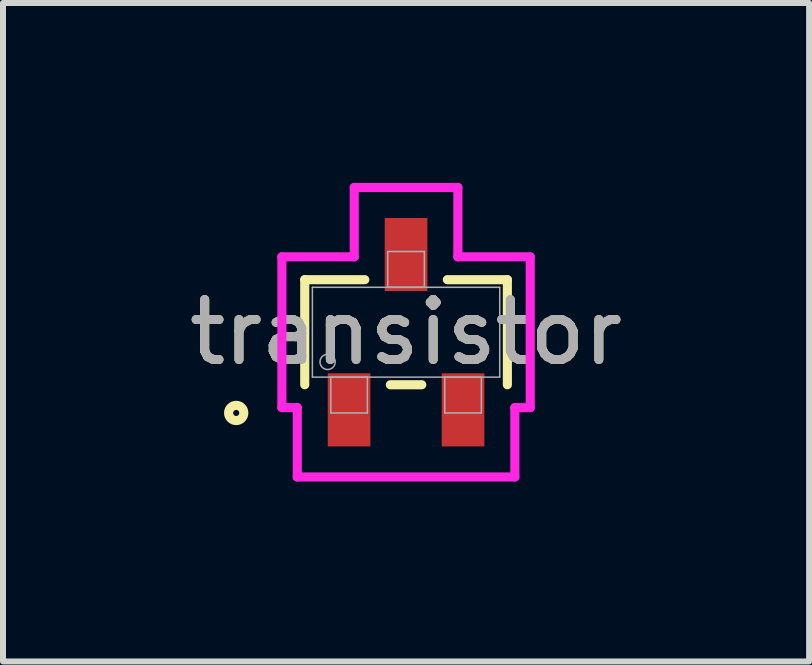
<source format=kicad_pcb>
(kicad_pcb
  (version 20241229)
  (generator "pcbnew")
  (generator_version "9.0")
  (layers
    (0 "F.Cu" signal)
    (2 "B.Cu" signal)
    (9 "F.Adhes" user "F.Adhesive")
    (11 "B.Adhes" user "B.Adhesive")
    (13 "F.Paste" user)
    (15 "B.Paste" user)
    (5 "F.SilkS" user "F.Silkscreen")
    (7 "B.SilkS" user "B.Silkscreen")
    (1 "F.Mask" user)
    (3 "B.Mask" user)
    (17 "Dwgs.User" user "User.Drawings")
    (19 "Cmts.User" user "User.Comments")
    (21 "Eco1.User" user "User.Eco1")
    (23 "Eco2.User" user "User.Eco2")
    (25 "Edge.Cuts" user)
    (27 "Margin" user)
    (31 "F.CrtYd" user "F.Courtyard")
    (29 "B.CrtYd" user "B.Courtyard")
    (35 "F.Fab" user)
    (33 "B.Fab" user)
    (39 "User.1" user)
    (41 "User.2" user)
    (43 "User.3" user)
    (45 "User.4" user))
  (footprint "transistor"
    (layer "F.Cu")
    (at 3.72 2.489)
    (property "Reference" "transistor" (at 0 0 0) (unlocked yes) (layer "F.SilkS") (effects (font (size 1 1) (thickness 0.15))))
    (attr smd)
    (fp_line (start -1.689 -0.876) (end -1.689 0.876) (stroke (width 0.152) (type solid)) (layer "F.SilkS"))
    (fp_line (start -0.688 -0.876) (end -1.689 -0.876) (stroke (width 0.152) (type solid)) (layer "F.SilkS"))
    (fp_line (start -0.262 0.876) (end 0.262 0.876) (stroke (width 0.152) (type solid)) (layer "F.SilkS"))
    (fp_line (start 1.689 -0.876) (end 0.688 -0.876) (stroke (width 0.152) (type solid)) (layer "F.SilkS"))
    (fp_line (start 1.689 0.876) (end 1.689 -0.876) (stroke (width 0.152) (type solid)) (layer "F.SilkS"))
    (fp_circle (center -2.832 1.346) (end -2.705 1.346) (stroke (width 0.152) (type solid)) (fill no) (layer "F.SilkS"))
    (fp_line (start -2.07 -1.257) (end -0.864 -1.257) (stroke (width 0.152) (type solid)) (layer "F.CrtYd"))
    (fp_line (start -2.07 1.257) (end -2.07 -1.257) (stroke (width 0.152) (type solid)) (layer "F.CrtYd"))
    (fp_line (start -2.07 1.257) (end -1.814 1.257) (stroke (width 0.152) (type solid)) (layer "F.CrtYd"))
    (fp_line (start -1.814 1.257) (end -1.814 2.413) (stroke (width 0.152) (type solid)) (layer "F.CrtYd"))
    (fp_line (start -1.814 2.413) (end 1.814 2.413) (stroke (width 0.152) (type solid)) (layer "F.CrtYd"))
    (fp_line (start -0.864 -2.413) (end 0.864 -2.413) (stroke (width 0.152) (type solid)) (layer "F.CrtYd"))
    (fp_line (start -0.864 -1.257) (end -0.864 -2.413) (stroke (width 0.152) (type solid)) (layer "F.CrtYd"))
    (fp_line (start 0.864 -1.257) (end 0.864 -2.413) (stroke (width 0.152) (type solid)) (layer "F.CrtYd"))
    (fp_line (start 1.814 1.257) (end 1.814 2.413) (stroke (width 0.152) (type solid)) (layer "F.CrtYd"))
    (fp_line (start 2.07 -1.257) (end 0.864 -1.257) (stroke (width 0.152) (type solid)) (layer "F.CrtYd"))
    (fp_line (start 2.07 -1.257) (end 2.07 1.257) (stroke (width 0.152) (type solid)) (layer "F.CrtYd"))
    (fp_line (start 2.07 1.257) (end 1.814 1.257) (stroke (width 0.152) (type solid)) (layer "F.CrtYd"))
    (fp_line (start -1.562 -0.749) (end -1.562 0.749) (stroke (width 0.025) (type solid)) (layer "F.Fab"))
    (fp_line (start -1.562 0.749) (end 1.562 0.749) (stroke (width 0.025) (type solid)) (layer "F.Fab"))
    (fp_line (start -1.255 0.749) (end -1.255 1.346) (stroke (width 0.025) (type solid)) (layer "F.Fab"))
    (fp_line (start -1.255 1.346) (end -0.645 1.346) (stroke (width 0.025) (type solid)) (layer "F.Fab"))
    (fp_line (start -0.645 0.749) (end -1.255 0.749) (stroke (width 0.025) (type solid)) (layer "F.Fab"))
    (fp_line (start -0.645 1.346) (end -0.645 0.749) (stroke (width 0.025) (type solid)) (layer "F.Fab"))
    (fp_line (start -0.305 -1.346) (end -0.305 -0.749) (stroke (width 0.025) (type solid)) (layer "F.Fab"))
    (fp_line (start -0.305 -0.749) (end 0.305 -0.749) (stroke (width 0.025) (type solid)) (layer "F.Fab"))
    (fp_line (start 0.305 -1.346) (end -0.305 -1.346) (stroke (width 0.025) (type solid)) (layer "F.Fab"))
    (fp_line (start 0.305 -0.749) (end 0.305 -1.346) (stroke (width 0.025) (type solid)) (layer "F.Fab"))
    (fp_line (start 0.645 0.749) (end 0.645 1.346) (stroke (width 0.025) (type solid)) (layer "F.Fab"))
    (fp_line (start 0.645 1.346) (end 1.255 1.346) (stroke (width 0.025) (type solid)) (layer "F.Fab"))
    (fp_line (start 1.255 0.749) (end 0.645 0.749) (stroke (width 0.025) (type solid)) (layer "F.Fab"))
    (fp_line (start 1.255 1.346) (end 1.255 0.749) (stroke (width 0.025) (type solid)) (layer "F.Fab"))
    (fp_line (start 1.562 -0.749) (end -1.562 -0.749) (stroke (width 0.025) (type solid)) (layer "F.Fab"))
    (fp_line (start 1.562 0.749) (end 1.562 -0.749) (stroke (width 0.025) (type solid)) (layer "F.Fab"))
    (fp_circle (center -1.308 0.495) (end -1.181 0.495) (stroke (width 0.025) (type solid)) (fill no) (layer "F.Fab"))
    (fp_text user "${REFERENCE}" (at 0 0 0) (unlocked yes) (layer "F.Fab") (effects (font (size 1 1) (thickness 0.15))))
    (pad "1" smd rect (at 0.95 1.295) (size 0.711 1.219) (layers "F.Cu" "F.Mask" "F.Paste"))
    (pad "2" smd rect (at -0.95 1.295) (size 0.711 1.219) (layers "F.Cu" "F.Mask" "F.Paste"))
    (pad "3" smd rect (at 0 -1.295) (size 0.711 1.219) (layers "F.Cu" "F.Mask" "F.Paste")))
  (gr_rect
    (start -3 -3)
    (end 10.44 7.978)
    (stroke (width 0.1) (type default))
    (fill no)
    (layer "Edge.Cuts")))
</source>
